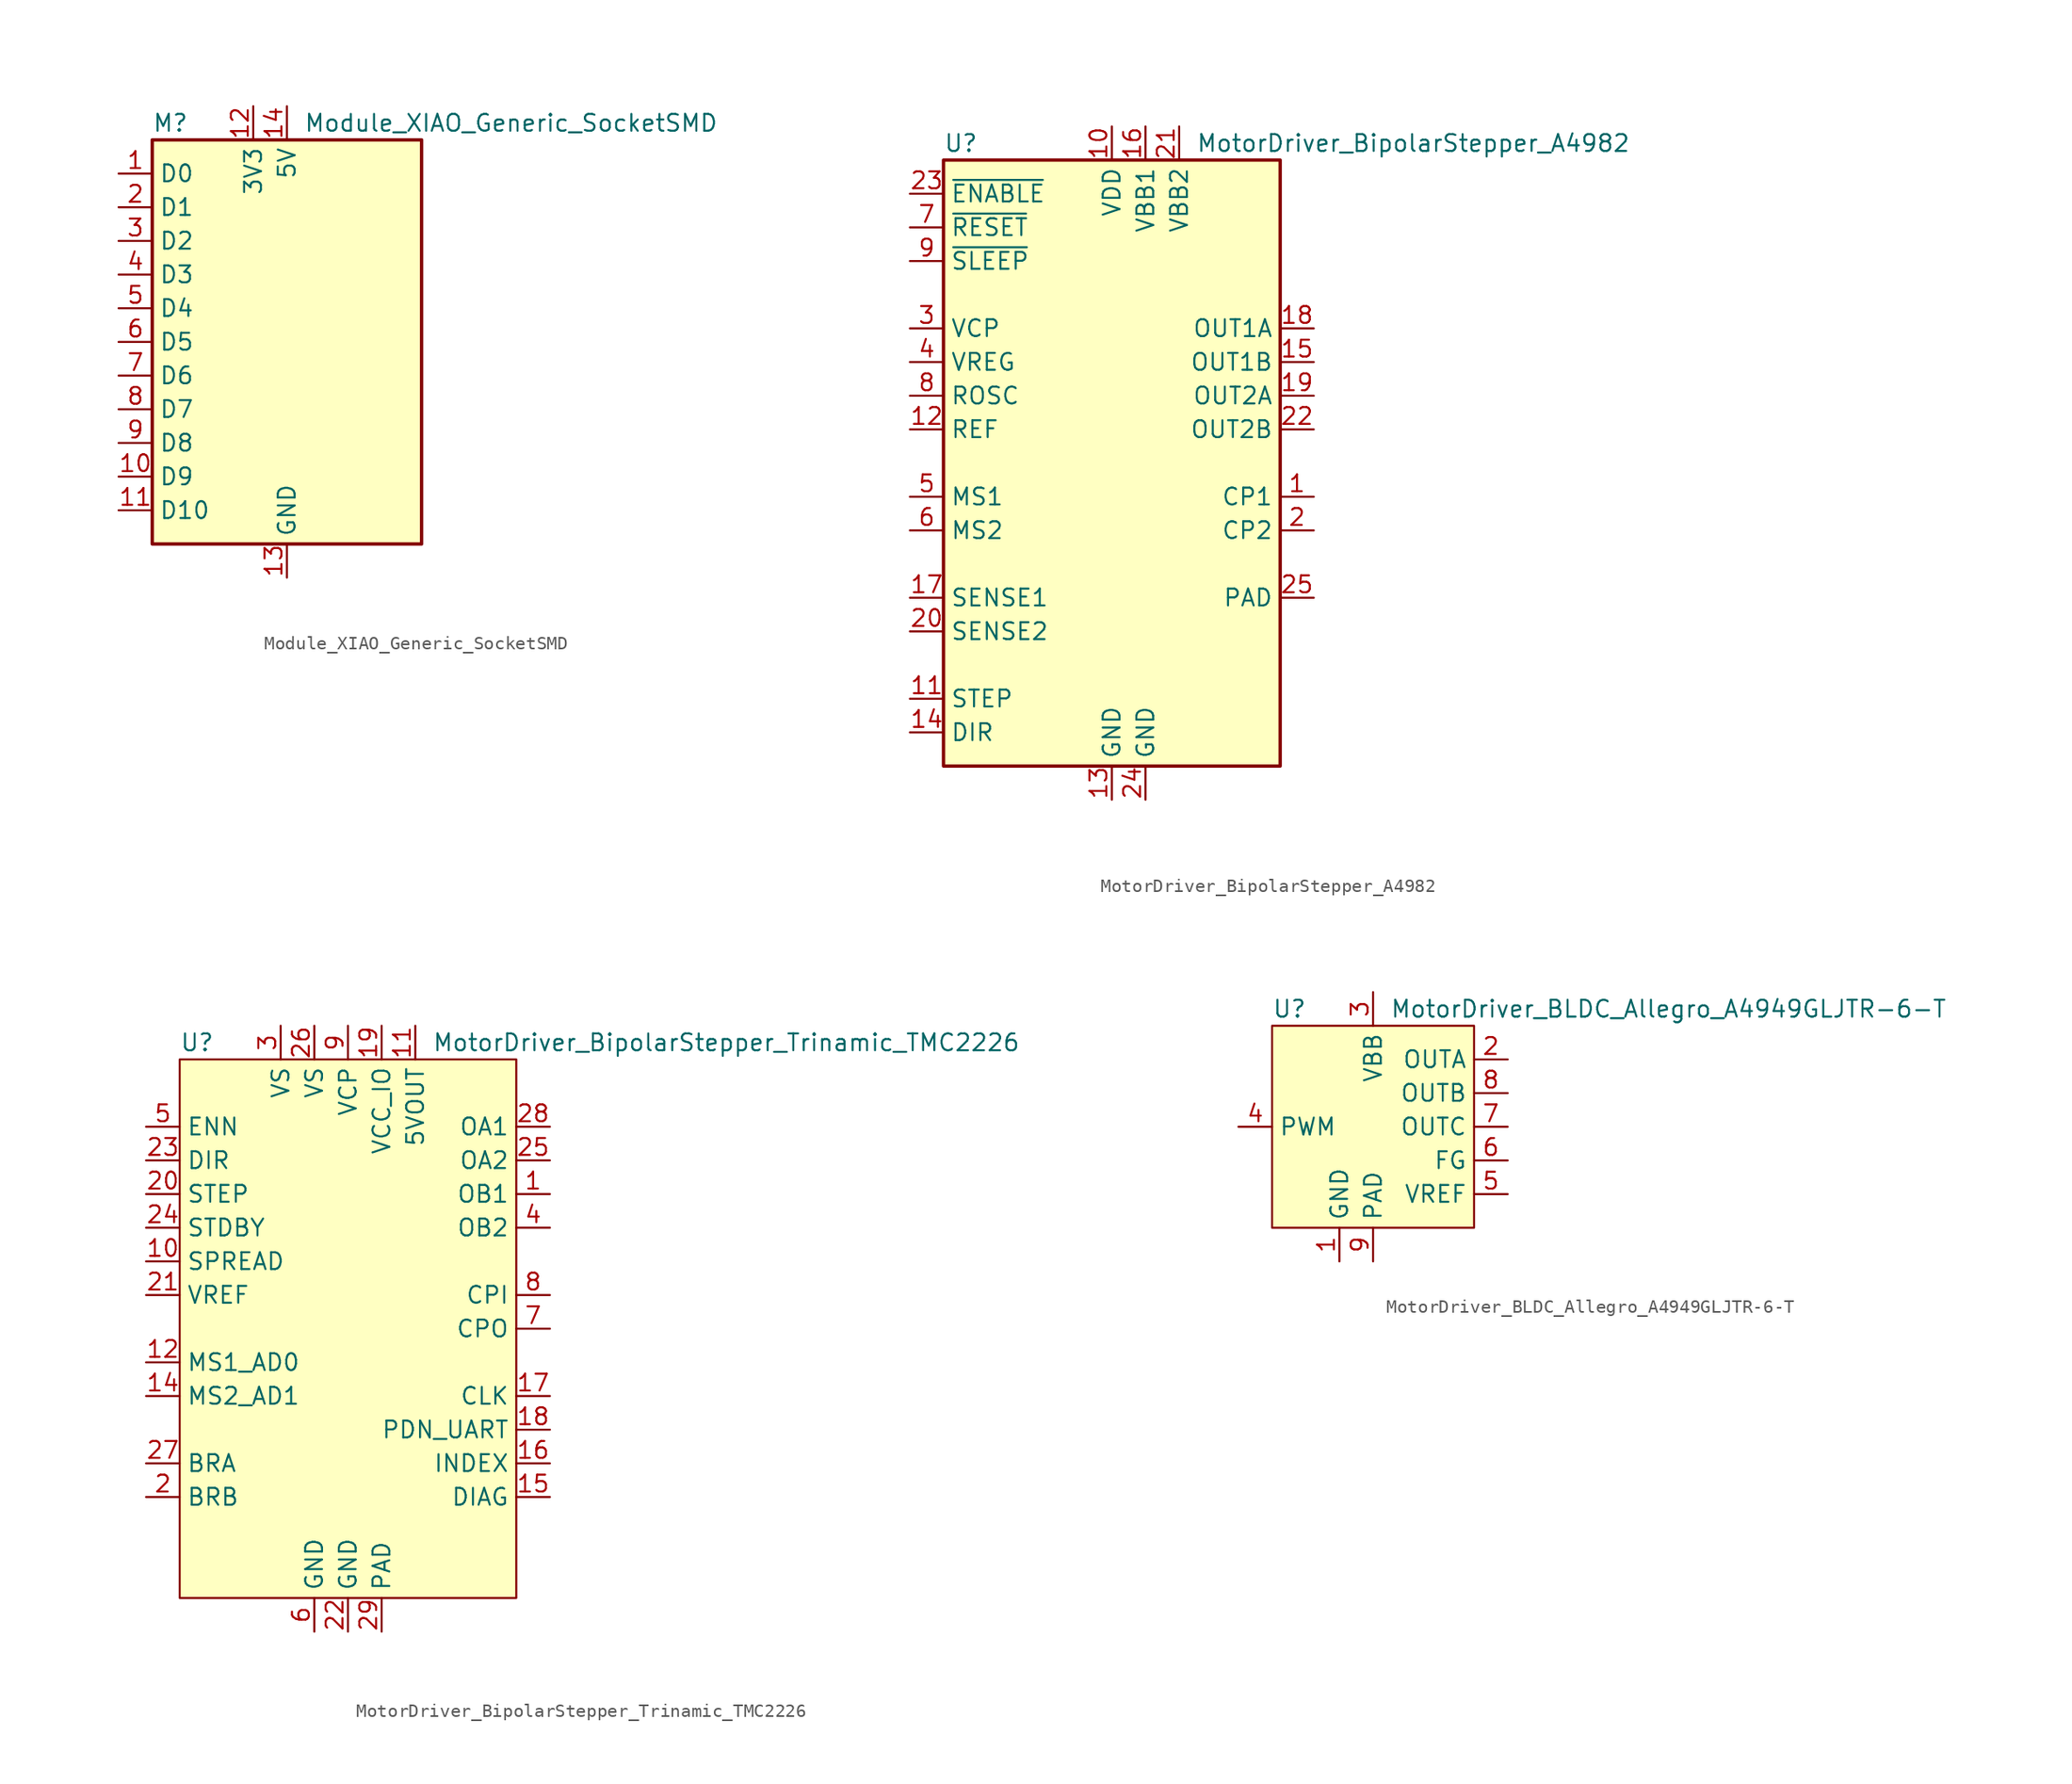
<source format=kicad_sym>
(kicad_symbol_lib
  (version 20231120)
  (generator "kicad_symbol_editor")
  (generator_version "8.0")
  (symbol "Module_XIAO_Generic_SocketSMD"
    (property "Reference" "M"
      (at -10.16 16.51 0)
      (effects (font (size 1.27 1.27)) (justify left)))
    (property "Value" "Module_XIAO_Generic_SocketSMD"
      (at 1.27 16.51 0)
      (effects (font (size 1.27 1.27)) (justify left)))
    (symbol "Module_XIAO_Generic_SocketSMD_1_1"
      (rectangle (start -10.16 15.24) (end 10.16 -15.24) (stroke (width 0.254) (type default)) (fill (type background)))
      (pin bidirectional line (at -12.7 12.7 0) (length 2.54) (name "D0" (effects (font (size 1.27 1.27)))) (number "1" (effects (font (size 1.27 1.27)))))
      (pin bidirectional line (at -12.7 -10.16 0) (length 2.54) (name "D9" (effects (font (size 1.27 1.27)))) (number "10" (effects (font (size 1.27 1.27)))))
      (pin bidirectional line (at -12.7 -12.7 0) (length 2.54) (name "D10" (effects (font (size 1.27 1.27)))) (number "11" (effects (font (size 1.27 1.27)))))
      (pin power_in line (at -2.54 17.78 270) (length 2.54) (name "3V3" (effects (font (size 1.27 1.27)))) (number "12" (effects (font (size 1.27 1.27)))))
      (pin power_in line (at 0 -17.78 90) (length 2.54) (name "GND" (effects (font (size 1.27 1.27)))) (number "13" (effects (font (size 1.27 1.27)))))
      (pin power_in line (at 0 17.78 270) (length 2.54) (name "5V" (effects (font (size 1.27 1.27)))) (number "14" (effects (font (size 1.27 1.27)))))
      (pin bidirectional line (at -12.7 10.16 0) (length 2.54) (name "D1" (effects (font (size 1.27 1.27)))) (number "2" (effects (font (size 1.27 1.27)))))
      (pin bidirectional line (at -12.7 7.62 0) (length 2.54) (name "D2" (effects (font (size 1.27 1.27)))) (number "3" (effects (font (size 1.27 1.27)))))
      (pin bidirectional line (at -12.7 5.08 0) (length 2.54) (name "D3" (effects (font (size 1.27 1.27)))) (number "4" (effects (font (size 1.27 1.27)))))
      (pin bidirectional line (at -12.7 2.54 0) (length 2.54) (name "D4" (effects (font (size 1.27 1.27)))) (number "5" (effects (font (size 1.27 1.27)))))
      (pin bidirectional line (at -12.7 0 0) (length 2.54) (name "D5" (effects (font (size 1.27 1.27)))) (number "6" (effects (font (size 1.27 1.27)))))
      (pin bidirectional line (at -12.7 -2.54 0) (length 2.54) (name "D6" (effects (font (size 1.27 1.27)))) (number "7" (effects (font (size 1.27 1.27)))))
      (pin bidirectional line (at -12.7 -5.08 0) (length 2.54) (name "D7" (effects (font (size 1.27 1.27)))) (number "8" (effects (font (size 1.27 1.27)))))
      (pin bidirectional line (at -12.7 -7.62 0) (length 2.54) (name "D8" (effects (font (size 1.27 1.27)))) (number "9" (effects (font (size 1.27 1.27)))))))
  (symbol "MotorDriver_BipolarStepper_A4982"
    (property "Reference" "U"
      (at -12.7 24.13 0)
      (effects (font (size 1.27 1.27)) (justify left)))
    (property "Value" "MotorDriver_BipolarStepper_A4982"
      (at 6.35 24.13 0)
      (effects (font (size 1.27 1.27)) (justify left)))
    (symbol "MotorDriver_BipolarStepper_A4982_0_1"
      (rectangle (start -12.7 22.86) (end 12.7 -22.86) (stroke (width 0.254) (type default)) (fill (type background))))
    (symbol "MotorDriver_BipolarStepper_A4982_1_1"
      (pin bidirectional line (at 15.24 -2.54 180) (length 2.54) (name "CP1" (effects (font (size 1.27 1.27)))) (number "1" (effects (font (size 1.27 1.27)))))
      (pin power_in line (at 0 25.4 270) (length 2.54) (name "VDD" (effects (font (size 1.27 1.27)))) (number "10" (effects (font (size 1.27 1.27)))))
      (pin input line (at -15.24 -17.78 0) (length 2.54) (name "STEP" (effects (font (size 1.27 1.27)))) (number "11" (effects (font (size 1.27 1.27)))))
      (pin input line (at -15.24 2.54 0) (length 2.54) (name "REF" (effects (font (size 1.27 1.27)))) (number "12" (effects (font (size 1.27 1.27)))))
      (pin power_in line (at 0 -25.4 90) (length 2.54) (name "GND" (effects (font (size 1.27 1.27)))) (number "13" (effects (font (size 1.27 1.27)))))
      (pin input line (at -15.24 -20.32 0) (length 2.54) (name "DIR" (effects (font (size 1.27 1.27)))) (number "14" (effects (font (size 1.27 1.27)))))
      (pin output line (at 15.24 7.62 180) (length 2.54) (name "OUT1B" (effects (font (size 1.27 1.27)))) (number "15" (effects (font (size 1.27 1.27)))))
      (pin power_in line (at 2.54 25.4 270) (length 2.54) (name "VBB1" (effects (font (size 1.27 1.27)))) (number "16" (effects (font (size 1.27 1.27)))))
      (pin input line (at -15.24 -10.16 0) (length 2.54) (name "SENSE1" (effects (font (size 1.27 1.27)))) (number "17" (effects (font (size 1.27 1.27)))))
      (pin output line (at 15.24 10.16 180) (length 2.54) (name "OUT1A" (effects (font (size 1.27 1.27)))) (number "18" (effects (font (size 1.27 1.27)))))
      (pin output line (at 15.24 5.08 180) (length 2.54) (name "OUT2A" (effects (font (size 1.27 1.27)))) (number "19" (effects (font (size 1.27 1.27)))))
      (pin bidirectional line (at 15.24 -5.08 180) (length 2.54) (name "CP2" (effects (font (size 1.27 1.27)))) (number "2" (effects (font (size 1.27 1.27)))))
      (pin input line (at -15.24 -12.7 0) (length 2.54) (name "SENSE2" (effects (font (size 1.27 1.27)))) (number "20" (effects (font (size 1.27 1.27)))))
      (pin power_in line (at 5.08 25.4 270) (length 2.54) (name "VBB2" (effects (font (size 1.27 1.27)))) (number "21" (effects (font (size 1.27 1.27)))))
      (pin output line (at 15.24 2.54 180) (length 2.54) (name "OUT2B" (effects (font (size 1.27 1.27)))) (number "22" (effects (font (size 1.27 1.27)))))
      (pin input line (at -15.24 20.32 0) (length 2.54) (name "~{ENABLE}" (effects (font (size 1.27 1.27)))) (number "23" (effects (font (size 1.27 1.27)))))
      (pin power_in line (at 2.54 -25.4 90) (length 2.54) (name "GND" (effects (font (size 1.27 1.27)))) (number "24" (effects (font (size 1.27 1.27)))))
      (pin passive line (at 15.24 -10.16 180) (length 2.54) (name "PAD" (effects (font (size 1.27 1.27)))) (number "25" (effects (font (size 1.27 1.27)))))
      (pin bidirectional line (at -15.24 10.16 0) (length 2.54) (name "VCP" (effects (font (size 1.27 1.27)))) (number "3" (effects (font (size 1.27 1.27)))))
      (pin input line (at -15.24 7.62 0) (length 2.54) (name "VREG" (effects (font (size 1.27 1.27)))) (number "4" (effects (font (size 1.27 1.27)))))
      (pin input line (at -15.24 -2.54 0) (length 2.54) (name "MS1" (effects (font (size 1.27 1.27)))) (number "5" (effects (font (size 1.27 1.27)))))
      (pin input line (at -15.24 -5.08 0) (length 2.54) (name "MS2" (effects (font (size 1.27 1.27)))) (number "6" (effects (font (size 1.27 1.27)))))
      (pin input line (at -15.24 17.78 0) (length 2.54) (name "~{RESET}" (effects (font (size 1.27 1.27)))) (number "7" (effects (font (size 1.27 1.27)))))
      (pin input line (at -15.24 5.08 0) (length 2.54) (name "ROSC" (effects (font (size 1.27 1.27)))) (number "8" (effects (font (size 1.27 1.27)))))
      (pin input line (at -15.24 15.24 0) (length 2.54) (name "~{SLEEP}" (effects (font (size 1.27 1.27)))) (number "9" (effects (font (size 1.27 1.27)))))))
  (symbol "MotorDriver_BipolarStepper_Trinamic_TMC2226"
    (property "Reference" "U"
      (at -12.7 21.59 0)
      (effects (font (size 1.27 1.27)) (justify left)))
    (property "Value" "MotorDriver_BipolarStepper_Trinamic_TMC2226"
      (at 6.35 21.59 0)
      (effects (font (size 1.27 1.27)) (justify left)))
    (symbol "MotorDriver_BipolarStepper_Trinamic_TMC2226_1_1"
      (rectangle (start -12.7 20.32) (end 12.7 -20.32) (stroke (width 0) (type default)) (fill (type background)))
      (pin output line (at 15.24 10.16 180) (length 2.54) (name "OB1" (effects (font (size 1.27 1.27)))) (number "1" (effects (font (size 1.27 1.27)))))
      (pin input line (at -15.24 5.08 0) (length 2.54) (name "SPREAD" (effects (font (size 1.27 1.27)))) (number "10" (effects (font (size 1.27 1.27)))))
      (pin power_in line (at 5.08 22.86 270) (length 2.54) (name "5VOUT" (effects (font (size 1.27 1.27)))) (number "11" (effects (font (size 1.27 1.27)))))
      (pin input line (at -15.24 -2.54 0) (length 2.54) (name "MS1_AD0" (effects (font (size 1.27 1.27)))) (number "12" (effects (font (size 1.27 1.27)))))
      (pin no_connect line (at 5.08 -22.86 90) (length 2.54) hide (name "" (effects (font (size 1.27 1.27)))) (number "13" (effects (font (size 1.27 1.27)))))
      (pin input line (at -15.24 -5.08 0) (length 2.54) (name "MS2_AD1" (effects (font (size 1.27 1.27)))) (number "14" (effects (font (size 1.27 1.27)))))
      (pin output line (at 15.24 -12.7 180) (length 2.54) (name "DIAG" (effects (font (size 1.27 1.27)))) (number "15" (effects (font (size 1.27 1.27)))))
      (pin output line (at 15.24 -10.16 180) (length 2.54) (name "INDEX" (effects (font (size 1.27 1.27)))) (number "16" (effects (font (size 1.27 1.27)))))
      (pin input line (at 15.24 -5.08 180) (length 2.54) (name "CLK" (effects (font (size 1.27 1.27)))) (number "17" (effects (font (size 1.27 1.27)))))
      (pin bidirectional line (at 15.24 -7.62 180) (length 2.54) (name "PDN_UART" (effects (font (size 1.27 1.27)))) (number "18" (effects (font (size 1.27 1.27)))))
      (pin power_in line (at 2.54 22.86 270) (length 2.54) (name "VCC_IO" (effects (font (size 1.27 1.27)))) (number "19" (effects (font (size 1.27 1.27)))))
      (pin input line (at -15.24 -12.7 0) (length 2.54) (name "BRB" (effects (font (size 1.27 1.27)))) (number "2" (effects (font (size 1.27 1.27)))))
      (pin input line (at -15.24 10.16 0) (length 2.54) (name "STEP" (effects (font (size 1.27 1.27)))) (number "20" (effects (font (size 1.27 1.27)))))
      (pin input line (at -15.24 2.54 0) (length 2.54) (name "VREF" (effects (font (size 1.27 1.27)))) (number "21" (effects (font (size 1.27 1.27)))))
      (pin power_in line (at 0 -22.86 90) (length 2.54) (name "GND" (effects (font (size 1.27 1.27)))) (number "22" (effects (font (size 1.27 1.27)))))
      (pin input line (at -15.24 12.7 0) (length 2.54) (name "DIR" (effects (font (size 1.27 1.27)))) (number "23" (effects (font (size 1.27 1.27)))))
      (pin input line (at -15.24 7.62 0) (length 2.54) (name "STDBY" (effects (font (size 1.27 1.27)))) (number "24" (effects (font (size 1.27 1.27)))))
      (pin output line (at 15.24 12.7 180) (length 2.54) (name "OA2" (effects (font (size 1.27 1.27)))) (number "25" (effects (font (size 1.27 1.27)))))
      (pin power_in line (at -2.54 22.86 270) (length 2.54) (name "VS" (effects (font (size 1.27 1.27)))) (number "26" (effects (font (size 1.27 1.27)))))
      (pin input line (at -15.24 -10.16 0) (length 2.54) (name "BRA" (effects (font (size 1.27 1.27)))) (number "27" (effects (font (size 1.27 1.27)))))
      (pin output line (at 15.24 15.24 180) (length 2.54) (name "OA1" (effects (font (size 1.27 1.27)))) (number "28" (effects (font (size 1.27 1.27)))))
      (pin passive line (at 2.54 -22.86 90) (length 2.54) (name "PAD" (effects (font (size 1.27 1.27)))) (number "29" (effects (font (size 1.27 1.27)))))
      (pin power_in line (at -5.08 22.86 270) (length 2.54) (name "VS" (effects (font (size 1.27 1.27)))) (number "3" (effects (font (size 1.27 1.27)))))
      (pin output line (at 15.24 7.62 180) (length 2.54) (name "OB2" (effects (font (size 1.27 1.27)))) (number "4" (effects (font (size 1.27 1.27)))))
      (pin input line (at -15.24 15.24 0) (length 2.54) (name "ENN" (effects (font (size 1.27 1.27)))) (number "5" (effects (font (size 1.27 1.27)))))
      (pin power_in line (at -2.54 -22.86 90) (length 2.54) (name "GND" (effects (font (size 1.27 1.27)))) (number "6" (effects (font (size 1.27 1.27)))))
      (pin output line (at 15.24 0 180) (length 2.54) (name "CPO" (effects (font (size 1.27 1.27)))) (number "7" (effects (font (size 1.27 1.27)))))
      (pin input line (at 15.24 2.54 180) (length 2.54) (name "CPI" (effects (font (size 1.27 1.27)))) (number "8" (effects (font (size 1.27 1.27)))))
      (pin power_in line (at 0 22.86 270) (length 2.54) (name "VCP" (effects (font (size 1.27 1.27)))) (number "9" (effects (font (size 1.27 1.27)))))))
  (symbol "MotorDriver_BLDC_Allegro_A4949GLJTR-6-T"
    (property "Reference" "U"
      (at -7.62 8.89 0)
      (effects (font (size 1.27 1.27)) (justify left)))
    (property "Value" "MotorDriver_BLDC_Allegro_A4949GLJTR-6-T"
      (at 1.27 8.89 0)
      (effects (font (size 1.27 1.27)) (justify left)))
    (symbol "MotorDriver_BLDC_Allegro_A4949GLJTR-6-T_1_1"
      (rectangle (start -7.62 7.62) (end 7.62 -7.62) (stroke (width 0) (type default)) (fill (type background)))
      (pin power_in line (at -2.54 -10.16 90) (length 2.54) (name "GND" (effects (font (size 1.27 1.27)))) (number "1" (effects (font (size 1.27 1.27)))))
      (pin output line (at 10.16 5.08 180) (length 2.54) (name "OUTA" (effects (font (size 1.27 1.27)))) (number "2" (effects (font (size 1.27 1.27)))))
      (pin power_in line (at 0 10.16 270) (length 2.54) (name "VBB" (effects (font (size 1.27 1.27)))) (number "3" (effects (font (size 1.27 1.27)))))
      (pin input line (at -10.16 0 0) (length 2.54) (name "PWM" (effects (font (size 1.27 1.27)))) (number "4" (effects (font (size 1.27 1.27)))))
      (pin output line (at 10.16 -5.08 180) (length 2.54) (name "VREF" (effects (font (size 1.27 1.27)))) (number "5" (effects (font (size 1.27 1.27)))))
      (pin output line (at 10.16 -2.54 180) (length 2.54) (name "FG" (effects (font (size 1.27 1.27)))) (number "6" (effects (font (size 1.27 1.27)))))
      (pin output line (at 10.16 0 180) (length 2.54) (name "OUTC" (effects (font (size 1.27 1.27)))) (number "7" (effects (font (size 1.27 1.27)))))
      (pin output line (at 10.16 2.54 180) (length 2.54) (name "OUTB" (effects (font (size 1.27 1.27)))) (number "8" (effects (font (size 1.27 1.27)))))
      (pin power_in line (at 0 -10.16 90) (length 2.54) (name "PAD" (effects (font (size 1.27 1.27)))) (number "9" (effects (font (size 1.27 1.27))))))))
</source>
